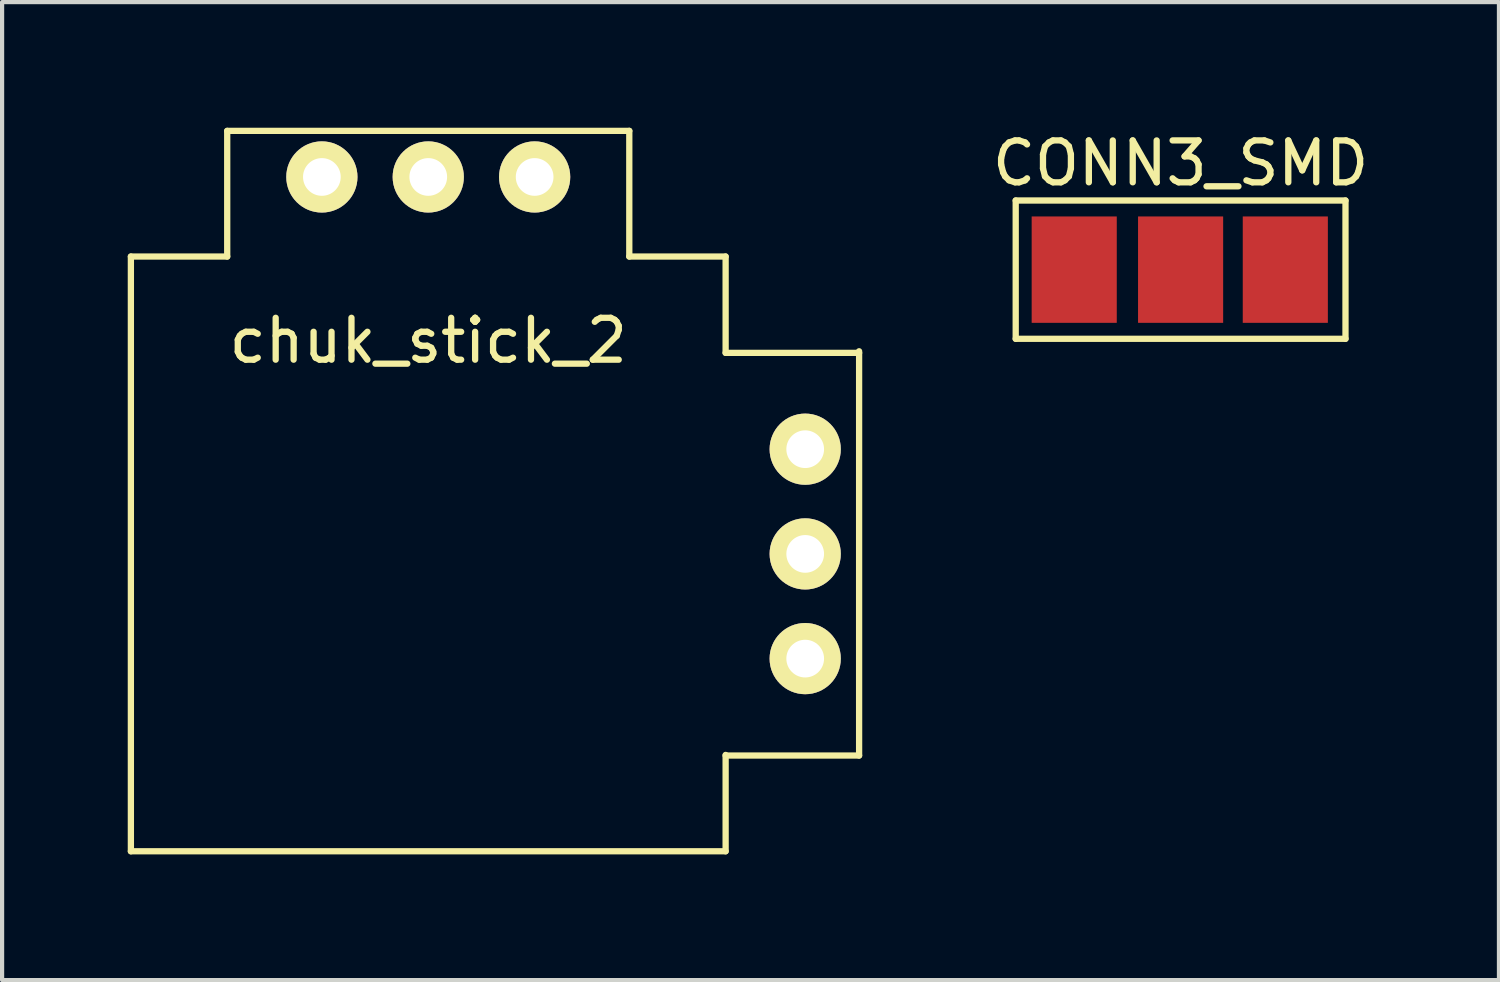
<source format=kicad_pcb>
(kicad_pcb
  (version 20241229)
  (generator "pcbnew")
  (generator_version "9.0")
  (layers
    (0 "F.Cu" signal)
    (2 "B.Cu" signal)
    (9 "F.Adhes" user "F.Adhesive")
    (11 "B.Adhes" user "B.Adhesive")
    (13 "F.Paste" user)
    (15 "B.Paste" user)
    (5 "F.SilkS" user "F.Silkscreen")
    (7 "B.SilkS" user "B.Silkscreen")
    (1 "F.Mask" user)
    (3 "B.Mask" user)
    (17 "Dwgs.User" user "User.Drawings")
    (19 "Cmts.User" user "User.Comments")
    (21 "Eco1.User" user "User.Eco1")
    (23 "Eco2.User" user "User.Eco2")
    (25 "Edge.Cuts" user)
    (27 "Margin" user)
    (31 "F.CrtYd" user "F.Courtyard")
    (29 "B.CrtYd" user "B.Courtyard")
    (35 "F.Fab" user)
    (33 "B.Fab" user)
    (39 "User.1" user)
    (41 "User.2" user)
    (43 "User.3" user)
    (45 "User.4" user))
  (footprint "CONN3_SMD"
    (layer "F.Cu")
    (at 25.138 3.388)
    (property "Reference" "CONN3_SMD" (at 0 -2.54 0) (layer "F.SilkS") (effects (font (size 1 1) (thickness 0.15))))
    (attr through_hole)
    (fp_line (start -3.937 -1.651) (end 3.937 -1.651) (stroke (width 0.15) (type solid)) (layer "F.SilkS"))
    (fp_line (start -3.937 1.651) (end -3.937 -1.651) (stroke (width 0.15) (type solid)) (layer "F.SilkS"))
    (fp_line (start 3.937 -1.651) (end 3.937 1.651) (stroke (width 0.15) (type solid)) (layer "F.SilkS"))
    (fp_line (start 3.937 1.651) (end -3.937 1.651) (stroke (width 0.15) (type solid)) (layer "F.SilkS"))
    (pad "1" smd rect (at -2.54 0) (size 2.032 2.54) (layers "F.Cu" "F.Mask" "F.Paste"))
    (pad "2" smd rect (at 0 0) (size 2.032 2.54) (layers "F.Cu" "F.Mask" "F.Paste"))
    (pad "3" smd rect (at 2.5 0) (size 2.032 2.54) (layers "F.Cu" "F.Mask" "F.Paste")))
  (footprint "chuk_stick_2"
    (layer "F.Cu")
    (at 7.175 10.163)
    (property "Reference" "chuk_stick_2" (at 0 -5.08 0) (layer "F.SilkS") (effects (font (size 1 1) (thickness 0.15))))
    (attr through_hole)
    (fp_line (start -7.1 -7.088) (end -7.1 7.112) (stroke (width 0.15) (type solid)) (layer "F.SilkS"))
    (fp_line (start -7.1 7.112) (end 7.1 7.112) (stroke (width 0.15) (type solid)) (layer "F.SilkS"))
    (fp_line (start -4.8 -10.088) (end -4.8 -7.088) (stroke (width 0.15) (type solid)) (layer "F.SilkS"))
    (fp_line (start -4.8 -7.088) (end -7.1 -7.088) (stroke (width 0.15) (type solid)) (layer "F.SilkS"))
    (fp_line (start 4.8 -10.088) (end -4.8 -10.088) (stroke (width 0.15) (type solid)) (layer "F.SilkS"))
    (fp_line (start 4.8 -10.088) (end 4.8 -7.088) (stroke (width 0.15) (type solid)) (layer "F.SilkS"))
    (fp_line (start 4.8 -7.088) (end 7.1 -7.088) (stroke (width 0.15) (type solid)) (layer "F.SilkS"))
    (fp_line (start 7.1 -7.088) (end 7.1 -4.788) (stroke (width 0.15) (type solid)) (layer "F.SilkS"))
    (fp_line (start 7.1 -4.788) (end 10.287 -4.788) (stroke (width 0.15) (type solid)) (layer "F.SilkS"))
    (fp_line (start 7.1 4.826) (end 10.287 4.826) (stroke (width 0.15) (type solid)) (layer "F.SilkS"))
    (fp_line (start 7.1 7.112) (end 7.1 4.812) (stroke (width 0.15) (type solid)) (layer "F.SilkS"))
    (fp_line (start 10.287 -4.826) (end 10.287 4.826) (stroke (width 0.15) (type solid)) (layer "F.SilkS"))
    (pad "1" thru_hole circle (at -2.54 -8.988) (size 1.7 1.7) (drill 0.9) (layers "*.Cu" "*.Mask" "F.SilkS"))
    (pad "2" thru_hole circle (at 0 -8.988) (size 1.7 1.7) (drill 0.9) (layers "*.Cu" "*.Mask" "F.SilkS"))
    (pad "3" thru_hole circle (at 2.54 -8.988) (size 1.7 1.7) (drill 0.9) (layers "*.Cu" "*.Mask" "F.SilkS"))
    (pad "4" thru_hole circle (at 9 -2.488) (size 1.7 1.7) (drill 0.9) (layers "*.Cu" "*.Mask" "F.SilkS"))
    (pad "5" thru_hole circle (at 9 0.012) (size 1.7 1.7) (drill 0.9) (layers "*.Cu" "*.Mask" "F.SilkS"))
    (pad "6" thru_hole circle (at 9 2.512) (size 1.7 1.7) (drill 0.9) (layers "*.Cu" "*.Mask" "F.SilkS")))
  (gr_rect
    (start -3 -3)
    (end 32.739 20.35)
    (stroke (width 0.1) (type default))
    (fill no)
    (layer "Edge.Cuts")))
</source>
